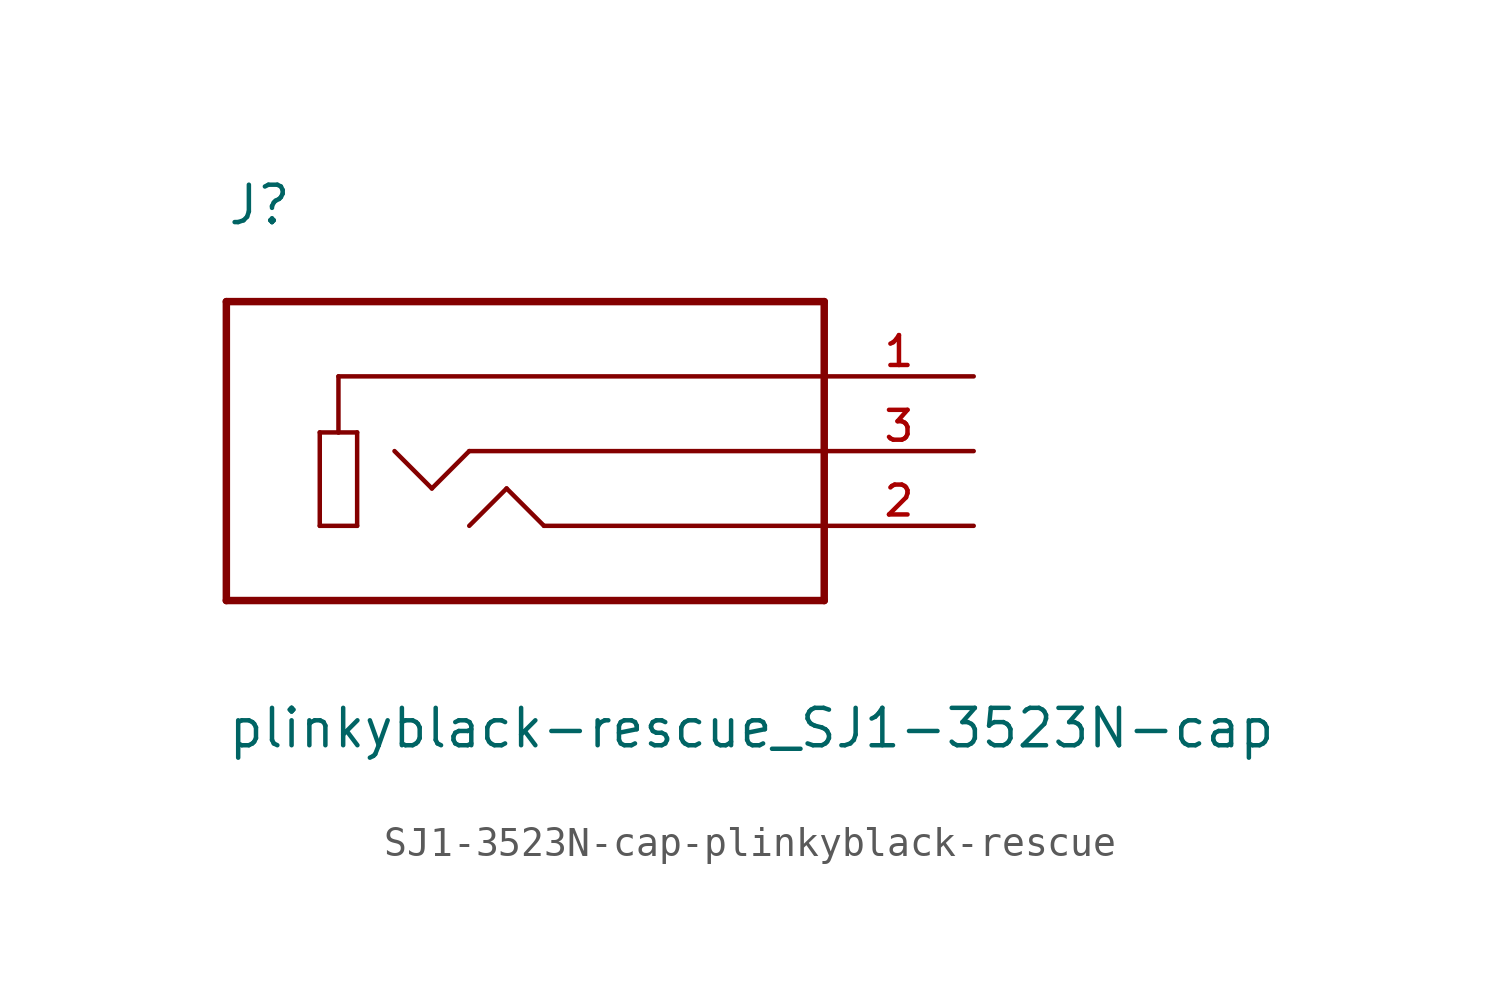
<source format=kicad_sym>
(kicad_symbol_lib
  (version 20220914)
  (generator kicad_symbol_editor)
  (symbol "SJ1-3523N-cap-plinkyblack-rescue"
    (pin_names
      (offset 1.016) hide)
    (property "Reference" "J"
      (at -10.16 7.62 0)
      (effects (font (size 1.27 1.27)) (justify left bottom)))
    (property "Value" "plinkyblack-rescue_SJ1-3523N-cap"
      (at -10.16 -10.16 0)
      (effects (font (size 1.27 1.27)) (justify left bottom)))
    (property "ki_locked" ""
      (at 0 0 0)
      (effects (font (size 1.27 1.27))))
    (symbol "SJ1-3523N-cap-plinkyblack-rescue_0_0"
      (polyline (pts (xy -10.16 -5.08) (xy 10.16 -5.08)) (stroke (width 0.254) (type solid)) (fill (type none)))
      (polyline (pts (xy -10.16 5.08) (xy -10.16 -5.08)) (stroke (width 0.254) (type solid)) (fill (type none)))
      (polyline (pts (xy -6.985 -2.54) (xy -6.985 0.635)) (stroke (width 0.152) (type solid)) (fill (type none)))
      (polyline (pts (xy -6.985 0.635) (xy -6.35 0.635)) (stroke (width 0.152) (type solid)) (fill (type none)))
      (polyline (pts (xy -6.35 0.635) (xy -5.715 0.635)) (stroke (width 0.152) (type solid)) (fill (type none)))
      (polyline (pts (xy -6.35 2.54) (xy -6.35 0.635)) (stroke (width 0.152) (type solid)) (fill (type none)))
      (polyline (pts (xy -5.715 -2.54) (xy -6.985 -2.54)) (stroke (width 0.152) (type solid)) (fill (type none)))
      (polyline (pts (xy -5.715 0.635) (xy -5.715 -2.54)) (stroke (width 0.152) (type solid)) (fill (type none)))
      (polyline (pts (xy -3.175 -1.27) (xy -4.445 0)) (stroke (width 0.152) (type solid)) (fill (type none)))
      (polyline (pts (xy -1.905 0) (xy -3.175 -1.27)) (stroke (width 0.152) (type solid)) (fill (type none)))
      (polyline (pts (xy -0.635 -1.27) (xy -1.905 -2.54)) (stroke (width 0.152) (type solid)) (fill (type none)))
      (polyline (pts (xy 0.635 -2.54) (xy -0.635 -1.27)) (stroke (width 0.152) (type solid)) (fill (type none)))
      (polyline (pts (xy 10.16 -5.08) (xy 10.16 -2.54)) (stroke (width 0.254) (type solid)) (fill (type none)))
      (polyline (pts (xy 10.16 -2.54) (xy 0.635 -2.54)) (stroke (width 0.152) (type solid)) (fill (type none)))
      (polyline (pts (xy 10.16 -2.54) (xy 10.16 0)) (stroke (width 0.254) (type solid)) (fill (type none)))
      (polyline (pts (xy 10.16 0) (xy -1.905 0)) (stroke (width 0.152) (type solid)) (fill (type none)))
      (polyline (pts (xy 10.16 0) (xy 10.16 2.54)) (stroke (width 0.254) (type solid)) (fill (type none)))
      (polyline (pts (xy 10.16 2.54) (xy -6.35 2.54)) (stroke (width 0.152) (type solid)) (fill (type none)))
      (polyline (pts (xy 10.16 2.54) (xy 10.16 5.08)) (stroke (width 0.254) (type solid)) (fill (type none)))
      (polyline (pts (xy 10.16 5.08) (xy -10.16 5.08)) (stroke (width 0.254) (type solid)) (fill (type none)))
      (pin passive line (at 15.24 2.54 180) (length 5.08) (name "~" (effects (font (size 1.016 1.016)))) (number "1" (effects (font (size 1.016 1.016)))))
      (pin passive line (at 15.24 -2.54 180) (length 5.08) (name "~" (effects (font (size 1.016 1.016)))) (number "2" (effects (font (size 1.016 1.016)))))
      (pin passive line (at 15.24 0 180) (length 5.08) (name "~" (effects (font (size 1.016 1.016)))) (number "3" (effects (font (size 1.016 1.016))))))))
</source>
